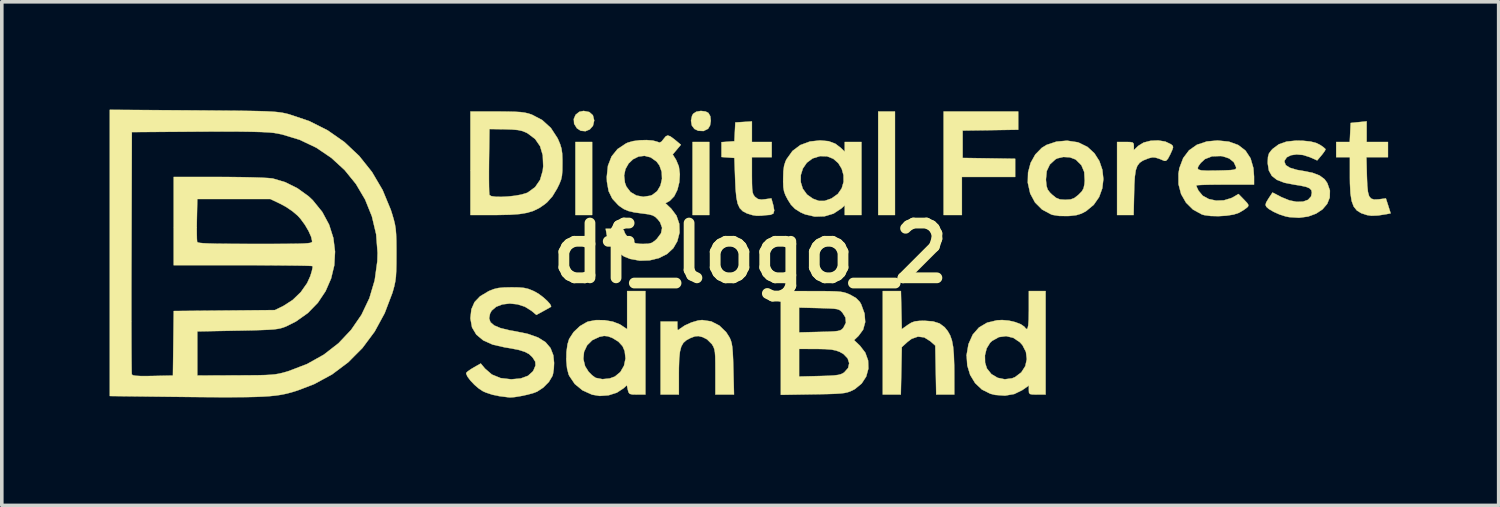
<source format=kicad_pcb>
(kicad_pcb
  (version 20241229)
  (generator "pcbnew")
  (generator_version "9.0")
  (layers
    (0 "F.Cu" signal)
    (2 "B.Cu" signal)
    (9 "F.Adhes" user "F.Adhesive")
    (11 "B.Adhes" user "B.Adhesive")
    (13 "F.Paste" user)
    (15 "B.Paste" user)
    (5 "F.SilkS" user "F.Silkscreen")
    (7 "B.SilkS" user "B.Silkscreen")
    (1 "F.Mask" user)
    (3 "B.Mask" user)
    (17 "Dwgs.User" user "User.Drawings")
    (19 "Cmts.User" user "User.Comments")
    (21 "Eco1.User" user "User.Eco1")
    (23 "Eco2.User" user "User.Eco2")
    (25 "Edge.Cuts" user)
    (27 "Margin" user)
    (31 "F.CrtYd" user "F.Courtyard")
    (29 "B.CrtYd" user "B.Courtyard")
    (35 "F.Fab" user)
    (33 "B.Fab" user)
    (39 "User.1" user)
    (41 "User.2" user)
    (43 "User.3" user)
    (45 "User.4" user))
  (footprint "df_logo_2"
    (layer "F.Cu")
    (at 17.827 3.99)
    (property "Reference" "df_logo_2" (at 0 0 0) (layer "F.SilkS") (effects (font (size 1.524 1.524) (thickness 0.3))))
    (attr through_hole)
    (fp_poly (pts (xy -4.403 -1.058) (xy -4.868 -1.058) (xy -4.868 -3.09) (xy -4.403 -3.09) (xy -4.403 -1.058)) (stroke (width 0.01) (type solid)) (fill yes) (layer "F.SilkS"))
    (fp_poly (pts (xy -1.143 -1.058) (xy -1.609 -1.058) (xy -1.609 -3.09) (xy -1.143 -3.09) (xy -1.143 -1.058)) (stroke (width 0.01) (type solid)) (fill yes) (layer "F.SilkS"))
    (fp_poly (pts (xy 4.022 -1.058) (xy 3.556 -1.058) (xy 3.556 -3.937) (xy 4.022 -3.937) (xy 4.022 -1.058)) (stroke (width 0.01) (type solid)) (fill yes) (layer "F.SilkS"))
    (fp_poly (pts (xy 7.451 -3.431) (xy 6.678 -3.419) (xy 5.905 -3.408) (xy 5.905 -2.646) (xy 7.366 -2.623) (xy 7.366 -2.117) (xy 5.884 -2.117) (xy 5.884 -1.058) (xy 5.376 -1.058) (xy 5.376 -3.937) (xy 7.451 -3.937) (xy 7.451 -3.431)) (stroke (width 0.01) (type solid)) (fill yes) (layer "F.SilkS"))
    (fp_poly (pts (xy -4.482 -3.923) (xy -4.382 -3.834) (xy -4.346 -3.691) (xy -4.346 -3.686) (xy -4.38 -3.541) (xy -4.468 -3.44) (xy -4.588 -3.39) (xy -4.719 -3.402) (xy -4.826 -3.471) (xy -4.904 -3.597) (xy -4.913 -3.73) (xy -4.862 -3.848) (xy -4.759 -3.93) (xy -4.64 -3.954) (xy -4.482 -3.923)) (stroke (width 0.01) (type solid)) (fill yes) (layer "F.SilkS"))
    (fp_poly (pts (xy -1.247 -3.938) (xy -1.168 -3.898) (xy -1.116 -3.807) (xy -1.101 -3.678) (xy -1.123 -3.548) (xy -1.178 -3.457) (xy -1.304 -3.395) (xy -1.451 -3.402) (xy -1.557 -3.453) (xy -1.629 -3.549) (xy -1.652 -3.683) (xy -1.623 -3.82) (xy -1.592 -3.874) (xy -1.505 -3.932) (xy -1.377 -3.954) (xy -1.247 -3.938)) (stroke (width 0.01) (type solid)) (fill yes) (layer "F.SilkS"))
    (fp_poly (pts (xy 4.2 1.588) (xy 4.212 2.118) (xy 4.376 2.001) (xy 4.478 1.937) (xy 4.577 1.901) (xy 4.704 1.887) (xy 4.842 1.884) (xy 5.082 1.902) (xy 5.263 1.959) (xy 5.404 2.064) (xy 5.492 2.174) (xy 5.558 2.291) (xy 5.607 2.431) (xy 5.64 2.607) (xy 5.66 2.834) (xy 5.67 3.124) (xy 5.672 3.313) (xy 5.673 3.937) (xy 5.17 3.937) (xy 5.157 3.256) (xy 5.144 2.575) (xy 5.005 2.452) (xy 4.836 2.346) (xy 4.661 2.325) (xy 4.484 2.387) (xy 4.37 2.473) (xy 4.212 2.618) (xy 4.199 3.277) (xy 4.185 3.937) (xy 3.683 3.937) (xy 3.683 1.058) (xy 4.188 1.058) (xy 4.2 1.588)) (stroke (width 0.01) (type solid)) (fill yes) (layer "F.SilkS"))
    (fp_poly (pts (xy 17.145 -3.09) (xy 17.738 -3.09) (xy 17.738 -2.667) (xy 17.138 -2.667) (xy 17.152 -2.134) (xy 17.162 -1.88) (xy 17.181 -1.7) (xy 17.214 -1.582) (xy 17.269 -1.516) (xy 17.35 -1.489) (xy 17.465 -1.493) (xy 17.508 -1.498) (xy 17.68 -1.52) (xy 17.747 -1.313) (xy 17.813 -1.105) (xy 17.701 -1.083) (xy 17.461 -1.045) (xy 17.278 -1.038) (xy 17.157 -1.056) (xy 16.995 -1.109) (xy 16.873 -1.184) (xy 16.785 -1.294) (xy 16.728 -1.448) (xy 16.695 -1.658) (xy 16.681 -1.936) (xy 16.679 -2.091) (xy 16.679 -2.667) (xy 16.298 -2.667) (xy 16.298 -3.09) (xy 16.675 -3.09) (xy 16.688 -3.355) (xy 16.701 -3.619) (xy 17.145 -3.664) (xy 17.145 -3.09)) (stroke (width 0.01) (type solid)) (fill yes) (layer "F.SilkS"))
    (fp_poly (pts (xy 11.544 -3.101) (xy 11.702 -3.026) (xy 11.747 -2.987) (xy 11.76 -2.945) (xy 11.739 -2.874) (xy 11.684 -2.752) (xy 11.684 -2.751) (xy 11.616 -2.623) (xy 11.562 -2.566) (xy 11.517 -2.565) (xy 11.364 -2.627) (xy 11.261 -2.658) (xy 11.181 -2.662) (xy 11.095 -2.641) (xy 11.042 -2.623) (xy 10.919 -2.572) (xy 10.828 -2.51) (xy 10.764 -2.424) (xy 10.721 -2.302) (xy 10.696 -2.129) (xy 10.681 -1.893) (xy 10.676 -1.69) (xy 10.662 -1.058) (xy 10.202 -1.058) (xy 10.202 -3.09) (xy 10.435 -3.09) (xy 10.568 -3.088) (xy 10.638 -3.074) (xy 10.664 -3.037) (xy 10.668 -2.977) (xy 10.668 -2.863) (xy 10.793 -2.983) (xy 10.94 -3.073) (xy 11.134 -3.123) (xy 11.345 -3.133) (xy 11.544 -3.101)) (stroke (width 0.01) (type solid)) (fill yes) (layer "F.SilkS"))
    (fp_poly (pts (xy 0.042 -3.09) (xy 0.593 -3.09) (xy 0.593 -2.667) (xy 0.042 -2.667) (xy 0.042 -2.159) (xy 0.044 -1.941) (xy 0.049 -1.79) (xy 0.061 -1.691) (xy 0.083 -1.625) (xy 0.116 -1.578) (xy 0.132 -1.561) (xy 0.209 -1.504) (xy 0.304 -1.487) (xy 0.402 -1.496) (xy 0.583 -1.521) (xy 0.637 -1.328) (xy 0.663 -1.184) (xy 0.639 -1.099) (xy 0.559 -1.063) (xy 0.503 -1.059) (xy 0.41 -1.052) (xy 0.312 -1.04) (xy 0.177 -1.037) (xy 0.064 -1.054) (xy -0.094 -1.102) (xy -0.211 -1.163) (xy -0.296 -1.249) (xy -0.354 -1.373) (xy -0.39 -1.548) (xy -0.412 -1.785) (xy -0.423 -2.03) (xy -0.445 -2.646) (xy -0.624 -2.659) (xy -0.804 -2.672) (xy -0.804 -3.085) (xy -0.624 -3.098) (xy -0.445 -3.111) (xy -0.432 -3.372) (xy -0.419 -3.633) (xy 0.042 -3.662) (xy 0.042 -3.09)) (stroke (width 0.01) (type solid)) (fill yes) (layer "F.SilkS"))
    (fp_poly (pts (xy -1.089 1.902) (xy -0.863 2.018) (xy -0.674 2.202) (xy -0.58 2.349) (xy -0.547 2.423) (xy -0.522 2.507) (xy -0.504 2.615) (xy -0.491 2.763) (xy -0.481 2.966) (xy -0.474 3.228) (xy -0.456 3.937) (xy -0.974 3.937) (xy -0.974 3.308) (xy -0.975 3.062) (xy -0.978 2.884) (xy -0.987 2.76) (xy -1.004 2.672) (xy -1.029 2.606) (xy -1.065 2.544) (xy -1.07 2.536) (xy -1.207 2.4) (xy -1.328 2.339) (xy -1.444 2.31) (xy -1.541 2.317) (xy -1.665 2.363) (xy -1.669 2.365) (xy -1.781 2.425) (xy -1.865 2.499) (xy -1.923 2.601) (xy -1.96 2.743) (xy -1.981 2.938) (xy -1.989 3.199) (xy -1.99 3.34) (xy -1.99 3.937) (xy -2.498 3.937) (xy -2.498 1.905) (xy -2.032 1.905) (xy -2.032 2.039) (xy -2.028 2.127) (xy -2.006 2.143) (xy -1.957 2.104) (xy -1.82 2.012) (xy -1.639 1.931) (xy -1.455 1.877) (xy -1.343 1.864) (xy -1.089 1.902)) (stroke (width 0.01) (type solid)) (fill yes) (layer "F.SilkS"))
    (fp_poly (pts (xy 2.175 -3.112) (xy 2.361 -3.043) (xy 2.508 -2.932) (xy 2.625 -2.82) (xy 2.625 -3.09) (xy 3.09 -3.09) (xy 3.09 -1.058) (xy 2.625 -1.058) (xy 2.625 -1.327) (xy 2.529 -1.24) (xy 2.314 -1.098) (xy 2.062 -1.022) (xy 1.792 -1.014) (xy 1.523 -1.076) (xy 1.396 -1.132) (xy 1.242 -1.229) (xy 1.129 -1.345) (xy 1.042 -1.482) (xy 0.976 -1.607) (xy 0.937 -1.714) (xy 0.917 -1.833) (xy 0.912 -1.977) (xy 1.4 -1.977) (xy 1.457 -1.791) (xy 1.574 -1.629) (xy 1.737 -1.513) (xy 1.905 -1.451) (xy 2.064 -1.451) (xy 2.244 -1.514) (xy 2.263 -1.523) (xy 2.433 -1.644) (xy 2.541 -1.801) (xy 2.593 -1.98) (xy 2.591 -2.166) (xy 2.541 -2.345) (xy 2.445 -2.502) (xy 2.308 -2.622) (xy 2.134 -2.691) (xy 1.94 -2.697) (xy 1.731 -2.633) (xy 1.57 -2.513) (xy 1.46 -2.353) (xy 1.402 -2.169) (xy 1.4 -1.977) (xy 0.912 -1.977) (xy 0.912 -1.994) (xy 0.912 -2.074) (xy 0.918 -2.279) (xy 0.938 -2.428) (xy 0.976 -2.548) (xy 1.006 -2.61) (xy 1.171 -2.84) (xy 1.39 -3.005) (xy 1.657 -3.103) (xy 1.939 -3.133) (xy 2.175 -3.112)) (stroke (width 0.01) (type solid)) (fill yes) (layer "F.SilkS"))
    (fp_poly (pts (xy -2.921 3.937) (xy -3.15 3.937) (xy -3.283 3.934) (xy -3.355 3.918) (xy -3.39 3.875) (xy -3.409 3.807) (xy -3.437 3.676) (xy -3.529 3.762) (xy -3.715 3.884) (xy -3.945 3.957) (xy -4.192 3.975) (xy -4.403 3.94) (xy -4.67 3.82) (xy -4.886 3.643) (xy -5.038 3.418) (xy -5.057 3.377) (xy -5.101 3.206) (xy -5.121 2.987) (xy -5.12 2.946) (xy -4.648 2.946) (xy -4.599 3.147) (xy -4.5 3.305) (xy -4.406 3.399) (xy -4.316 3.465) (xy -4.3 3.473) (xy -4.117 3.509) (xy -3.915 3.489) (xy -3.77 3.436) (xy -3.617 3.309) (xy -3.516 3.134) (xy -3.474 2.934) (xy -3.497 2.729) (xy -3.557 2.59) (xy -3.672 2.465) (xy -3.832 2.366) (xy -3.964 2.316) (xy -4.07 2.305) (xy -4.196 2.33) (xy -4.198 2.33) (xy -4.398 2.423) (xy -4.543 2.567) (xy -4.628 2.747) (xy -4.648 2.946) (xy -5.12 2.946) (xy -5.117 2.754) (xy -5.088 2.54) (xy -5.043 2.391) (xy -4.919 2.2) (xy -4.743 2.033) (xy -4.545 1.918) (xy -4.508 1.905) (xy -4.298 1.866) (xy -4.061 1.868) (xy -3.829 1.908) (xy -3.637 1.982) (xy -3.604 2.002) (xy -3.429 2.118) (xy -3.429 1.058) (xy -2.921 1.058) (xy -2.921 3.937)) (stroke (width 0.01) (type solid)) (fill yes) (layer "F.SilkS"))
    (fp_poly (pts (xy 8.213 3.937) (xy 7.98 3.937) (xy 7.847 3.935) (xy 7.777 3.921) (xy 7.751 3.884) (xy 7.747 3.812) (xy 7.747 3.685) (xy 7.563 3.814) (xy 7.342 3.922) (xy 7.083 3.967) (xy 6.809 3.947) (xy 6.676 3.914) (xy 6.441 3.797) (xy 6.252 3.618) (xy 6.114 3.39) (xy 6.034 3.127) (xy 6.016 2.846) (xy 6.525 2.846) (xy 6.529 3.049) (xy 6.58 3.212) (xy 6.705 3.368) (xy 6.878 3.471) (xy 7.077 3.512) (xy 7.279 3.486) (xy 7.364 3.451) (xy 7.538 3.319) (xy 7.648 3.146) (xy 7.691 2.951) (xy 7.666 2.75) (xy 7.569 2.561) (xy 7.499 2.483) (xy 7.316 2.359) (xy 7.114 2.311) (xy 6.912 2.339) (xy 6.726 2.443) (xy 6.669 2.496) (xy 6.573 2.651) (xy 6.525 2.846) (xy 6.016 2.846) (xy 6.015 2.84) (xy 6.066 2.543) (xy 6.07 2.529) (xy 6.187 2.268) (xy 6.36 2.071) (xy 6.586 1.937) (xy 6.862 1.871) (xy 7.006 1.864) (xy 7.189 1.88) (xy 7.369 1.922) (xy 7.523 1.981) (xy 7.623 2.05) (xy 7.638 2.07) (xy 7.68 2.116) (xy 7.711 2.098) (xy 7.731 2.01) (xy 7.743 1.848) (xy 7.747 1.606) (xy 7.747 1.587) (xy 7.747 1.058) (xy 8.213 1.058) (xy 8.213 3.937)) (stroke (width 0.01) (type solid)) (fill yes) (layer "F.SilkS"))
    (fp_poly (pts (xy 9.098 -3.083) (xy 9.137 -3.071) (xy 9.38 -2.951) (xy 9.571 -2.775) (xy 9.709 -2.559) (xy 9.792 -2.315) (xy 9.82 -2.058) (xy 9.79 -1.801) (xy 9.702 -1.558) (xy 9.552 -1.342) (xy 9.343 -1.169) (xy 9.208 -1.097) (xy 9.072 -1.055) (xy 8.899 -1.034) (xy 8.837 -1.03) (xy 8.596 -1.032) (xy 8.407 -1.062) (xy 8.371 -1.074) (xy 8.115 -1.211) (xy 7.919 -1.407) (xy 7.785 -1.657) (xy 7.718 -1.956) (xy 7.72 -2.048) (xy 8.222 -2.048) (xy 8.224 -2.015) (xy 8.239 -1.866) (xy 8.271 -1.766) (xy 8.335 -1.682) (xy 8.395 -1.624) (xy 8.507 -1.534) (xy 8.612 -1.492) (xy 8.753 -1.482) (xy 8.763 -1.482) (xy 8.908 -1.491) (xy 9.013 -1.531) (xy 9.124 -1.617) (xy 9.131 -1.624) (xy 9.221 -1.715) (xy 9.27 -1.801) (xy 9.294 -1.917) (xy 9.302 -2.015) (xy 9.288 -2.255) (xy 9.209 -2.444) (xy 9.062 -2.591) (xy 9.039 -2.607) (xy 8.886 -2.664) (xy 8.705 -2.673) (xy 8.538 -2.634) (xy 8.487 -2.607) (xy 8.331 -2.464) (xy 8.244 -2.28) (xy 8.222 -2.048) (xy 7.72 -2.048) (xy 7.725 -2.24) (xy 7.796 -2.507) (xy 7.926 -2.741) (xy 8.105 -2.925) (xy 8.239 -3.008) (xy 8.516 -3.1) (xy 8.812 -3.126) (xy 9.098 -3.083)) (stroke (width 0.01) (type solid)) (fill yes) (layer "F.SilkS"))
    (fp_poly (pts (xy -6.77 -3.936) (xy -6.559 -3.931) (xy -6.401 -3.922) (xy -6.279 -3.906) (xy -6.178 -3.883) (xy -6.081 -3.851) (xy -6.081 -3.851) (xy -5.791 -3.699) (xy -5.551 -3.48) (xy -5.37 -3.203) (xy -5.352 -3.167) (xy -5.293 -3.028) (xy -5.256 -2.906) (xy -5.237 -2.773) (xy -5.23 -2.599) (xy -5.23 -2.492) (xy -5.232 -2.295) (xy -5.243 -2.154) (xy -5.268 -2.04) (xy -5.314 -1.924) (xy -5.377 -1.795) (xy -5.509 -1.576) (xy -5.657 -1.411) (xy -5.732 -1.35) (xy -5.881 -1.249) (xy -6.036 -1.174) (xy -6.212 -1.12) (xy -6.425 -1.085) (xy -6.688 -1.066) (xy -7.017 -1.059) (xy -7.104 -1.058) (xy -7.789 -1.058) (xy -7.789 -2.052) (xy -7.274 -2.052) (xy -7.272 -1.851) (xy -7.268 -1.704) (xy -7.262 -1.624) (xy -7.261 -1.616) (xy -7.207 -1.583) (xy -7.089 -1.566) (xy -6.928 -1.563) (xy -6.743 -1.573) (xy -6.553 -1.594) (xy -6.378 -1.625) (xy -6.237 -1.666) (xy -6.191 -1.686) (xy -5.989 -1.834) (xy -5.852 -2.034) (xy -5.777 -2.29) (xy -5.764 -2.415) (xy -5.776 -2.721) (xy -5.851 -2.973) (xy -5.99 -3.174) (xy -6.197 -3.33) (xy -6.234 -3.35) (xy -6.34 -3.394) (xy -6.464 -3.422) (xy -6.63 -3.437) (xy -6.832 -3.444) (xy -7.26 -3.45) (xy -7.272 -2.562) (xy -7.274 -2.294) (xy -7.274 -2.052) (xy -7.789 -2.052) (xy -7.789 -3.937) (xy -7.05 -3.937) (xy -6.77 -3.936)) (stroke (width 0.01) (type solid)) (fill yes) (layer "F.SilkS"))
    (fp_poly (pts (xy 15.371 -3.124) (xy 15.586 -3.102) (xy 15.743 -3.061) (xy 15.847 -3.01) (xy 15.942 -2.945) (xy 15.997 -2.895) (xy 16.002 -2.884) (xy 15.977 -2.836) (xy 15.915 -2.751) (xy 15.886 -2.716) (xy 15.769 -2.577) (xy 15.562 -2.669) (xy 15.377 -2.728) (xy 15.198 -2.744) (xy 15.041 -2.722) (xy 14.924 -2.664) (xy 14.863 -2.573) (xy 14.859 -2.536) (xy 14.896 -2.445) (xy 15.011 -2.372) (xy 15.204 -2.314) (xy 15.368 -2.286) (xy 15.638 -2.233) (xy 15.836 -2.157) (xy 15.976 -2.052) (xy 16.051 -1.946) (xy 16.123 -1.74) (xy 16.118 -1.545) (xy 16.047 -1.368) (xy 15.917 -1.216) (xy 15.738 -1.097) (xy 15.517 -1.016) (xy 15.265 -0.982) (xy 14.988 -1) (xy 14.89 -1.02) (xy 14.726 -1.072) (xy 14.56 -1.146) (xy 14.424 -1.226) (xy 14.356 -1.285) (xy 14.332 -1.338) (xy 14.35 -1.408) (xy 14.415 -1.516) (xy 14.526 -1.684) (xy 14.778 -1.554) (xy 14.996 -1.465) (xy 15.2 -1.425) (xy 15.377 -1.431) (xy 15.514 -1.481) (xy 15.599 -1.575) (xy 15.621 -1.677) (xy 15.607 -1.749) (xy 15.557 -1.802) (xy 15.456 -1.843) (xy 15.293 -1.878) (xy 15.142 -1.901) (xy 14.858 -1.956) (xy 14.649 -2.036) (xy 14.508 -2.146) (xy 14.425 -2.295) (xy 14.394 -2.487) (xy 14.393 -2.529) (xy 14.4 -2.673) (xy 14.428 -2.771) (xy 14.493 -2.858) (xy 14.533 -2.9) (xy 14.702 -3.025) (xy 14.915 -3.1) (xy 15.183 -3.128) (xy 15.371 -3.124)) (stroke (width 0.01) (type solid)) (fill yes) (layer "F.SilkS"))
    (fp_poly (pts (xy 13.313 -3.099) (xy 13.573 -3.005) (xy 13.774 -2.85) (xy 13.915 -2.636) (xy 13.994 -2.364) (xy 14.012 -2.127) (xy 14.012 -1.905) (xy 13.208 -1.905) (xy 12.958 -1.904) (xy 12.739 -1.901) (xy 12.565 -1.896) (xy 12.449 -1.889) (xy 12.404 -1.882) (xy 12.404 -1.882) (xy 12.421 -1.832) (xy 12.464 -1.741) (xy 12.47 -1.73) (xy 12.585 -1.594) (xy 12.754 -1.502) (xy 12.956 -1.459) (xy 13.171 -1.466) (xy 13.38 -1.529) (xy 13.444 -1.562) (xy 13.58 -1.643) (xy 13.734 -1.485) (xy 13.822 -1.391) (xy 13.856 -1.335) (xy 13.845 -1.294) (xy 13.812 -1.262) (xy 13.724 -1.198) (xy 13.606 -1.128) (xy 13.589 -1.119) (xy 13.444 -1.071) (xy 13.246 -1.04) (xy 13.024 -1.026) (xy 12.807 -1.031) (xy 12.625 -1.056) (xy 12.562 -1.074) (xy 12.315 -1.209) (xy 12.12 -1.402) (xy 11.983 -1.641) (xy 11.911 -1.915) (xy 11.91 -2.213) (xy 11.936 -2.361) (xy 12.443 -2.361) (xy 12.467 -2.322) (xy 12.547 -2.3) (xy 12.692 -2.292) (xy 12.91 -2.294) (xy 12.986 -2.295) (xy 13.208 -2.301) (xy 13.358 -2.308) (xy 13.45 -2.318) (xy 13.498 -2.335) (xy 13.514 -2.361) (xy 13.512 -2.392) (xy 13.449 -2.528) (xy 13.32 -2.632) (xy 13.139 -2.692) (xy 13.085 -2.699) (xy 12.841 -2.691) (xy 12.647 -2.615) (xy 12.529 -2.507) (xy 12.467 -2.421) (xy 12.443 -2.361) (xy 11.936 -2.361) (xy 11.937 -2.367) (xy 12.041 -2.642) (xy 12.204 -2.858) (xy 12.424 -3.013) (xy 12.699 -3.104) (xy 12.996 -3.131) (xy 13.313 -3.099)) (stroke (width 0.01) (type solid)) (fill yes) (layer "F.SilkS"))
    (fp_poly (pts (xy 1.704 1.059) (xy 1.996 1.059) (xy 2.218 1.062) (xy 2.383 1.067) (xy 2.505 1.077) (xy 2.597 1.093) (xy 2.674 1.116) (xy 2.75 1.147) (xy 2.781 1.162) (xy 2.939 1.252) (xy 3.042 1.357) (xy 3.082 1.426) (xy 3.176 1.684) (xy 3.194 1.921) (xy 3.136 2.132) (xy 3.01 2.303) (xy 2.885 2.423) (xy 3.047 2.577) (xy 3.197 2.772) (xy 3.275 2.99) (xy 3.282 3.217) (xy 3.222 3.435) (xy 3.096 3.629) (xy 2.908 3.784) (xy 2.85 3.815) (xy 2.777 3.849) (xy 2.704 3.874) (xy 2.619 3.893) (xy 2.507 3.906) (xy 2.356 3.916) (xy 2.152 3.923) (xy 1.882 3.928) (xy 1.746 3.93) (xy 0.847 3.945) (xy 0.847 3.436) (xy 1.355 3.436) (xy 1.923 3.422) (xy 2.16 3.415) (xy 2.328 3.405) (xy 2.445 3.39) (xy 2.525 3.368) (xy 2.587 3.336) (xy 2.611 3.319) (xy 2.719 3.198) (xy 2.749 3.064) (xy 2.706 2.93) (xy 2.592 2.811) (xy 2.484 2.749) (xy 2.379 2.711) (xy 2.253 2.686) (xy 2.087 2.673) (xy 1.859 2.668) (xy 1.831 2.668) (xy 1.355 2.667) (xy 1.355 3.436) (xy 0.847 3.436) (xy 0.847 2.208) (xy 1.355 2.208) (xy 1.93 2.194) (xy 2.162 2.188) (xy 2.325 2.18) (xy 2.433 2.168) (xy 2.502 2.149) (xy 2.548 2.121) (xy 2.585 2.081) (xy 2.586 2.08) (xy 2.658 1.938) (xy 2.645 1.793) (xy 2.565 1.664) (xy 2.521 1.616) (xy 2.475 1.582) (xy 2.411 1.56) (xy 2.314 1.547) (xy 2.168 1.539) (xy 1.956 1.532) (xy 1.909 1.531) (xy 1.355 1.517) (xy 1.355 2.208) (xy 0.847 2.208) (xy 0.847 1.058) (xy 1.704 1.059)) (stroke (width 0.01) (type solid)) (fill yes) (layer "F.SilkS"))
    (fp_poly (pts (xy -6.443 0.957) (xy -6.298 0.97) (xy -6.18 0.997) (xy -6.061 1.044) (xy -5.999 1.073) (xy -5.881 1.143) (xy -5.76 1.234) (xy -5.653 1.331) (xy -5.575 1.418) (xy -5.544 1.48) (xy -5.55 1.497) (xy -5.594 1.523) (xy -5.687 1.575) (xy -5.76 1.615) (xy -5.954 1.721) (xy -6.092 1.606) (xy -6.275 1.492) (xy -6.482 1.426) (xy -6.695 1.404) (xy -6.898 1.428) (xy -7.072 1.494) (xy -7.199 1.603) (xy -7.243 1.684) (xy -7.269 1.815) (xy -7.232 1.924) (xy -7.128 2.014) (xy -6.952 2.088) (xy -6.7 2.15) (xy -6.536 2.178) (xy -6.182 2.252) (xy -5.905 2.351) (xy -5.7 2.48) (xy -5.561 2.643) (xy -5.483 2.844) (xy -5.462 3.056) (xy -5.469 3.214) (xy -5.49 3.355) (xy -5.506 3.416) (xy -5.606 3.584) (xy -5.763 3.743) (xy -5.935 3.856) (xy -6.046 3.898) (xy -6.207 3.941) (xy -6.387 3.979) (xy -6.556 4.007) (xy -6.684 4.017) (xy -6.71 4.015) (xy -6.772 4.008) (xy -6.89 3.993) (xy -6.996 3.979) (xy -7.177 3.941) (xy -7.361 3.88) (xy -7.44 3.845) (xy -7.556 3.769) (xy -7.678 3.664) (xy -7.788 3.548) (xy -7.87 3.439) (xy -7.907 3.357) (xy -7.906 3.335) (xy -7.864 3.293) (xy -7.772 3.229) (xy -7.697 3.184) (xy -7.502 3.073) (xy -7.383 3.215) (xy -7.192 3.38) (xy -6.95 3.479) (xy -6.656 3.513) (xy -6.653 3.513) (xy -6.39 3.489) (xy -6.189 3.416) (xy -6.055 3.296) (xy -6.031 3.256) (xy -5.978 3.126) (xy -5.985 3.022) (xy -6.056 2.91) (xy -6.074 2.888) (xy -6.157 2.811) (xy -6.27 2.75) (xy -6.429 2.699) (xy -6.647 2.654) (xy -6.837 2.623) (xy -7.17 2.547) (xy -7.433 2.429) (xy -7.625 2.269) (xy -7.744 2.069) (xy -7.788 1.829) (xy -7.789 1.808) (xy -7.762 1.564) (xy -7.675 1.365) (xy -7.52 1.203) (xy -7.289 1.065) (xy -7.26 1.051) (xy -7.135 1.002) (xy -7.007 0.972) (xy -6.847 0.958) (xy -6.645 0.954) (xy -6.443 0.957)) (stroke (width 0.01) (type solid)) (fill yes) (layer "F.SilkS"))
    (fp_poly (pts (xy -2.229 -3.247) (xy -2.123 -3.17) (xy -2.057 -3.116) (xy -1.934 -3.013) (xy -2.047 -2.878) (xy -2.161 -2.743) (xy -2.065 -2.589) (xy -1.99 -2.407) (xy -1.963 -2.194) (xy -1.978 -1.97) (xy -2.031 -1.758) (xy -2.12 -1.579) (xy -2.24 -1.455) (xy -2.267 -1.438) (xy -2.363 -1.387) (xy -2.202 -1.233) (xy -2.057 -1.04) (xy -1.979 -0.813) (xy -1.971 -0.57) (xy -2.033 -0.329) (xy -2.145 -0.135) (xy -2.318 0.026) (xy -2.544 0.14) (xy -2.803 0.203) (xy -3.077 0.212) (xy -3.345 0.163) (xy -3.516 0.095) (xy -3.737 -0.057) (xy -3.9 -0.255) (xy -3.992 -0.483) (xy -3.999 -0.519) (xy -4.026 -0.677) (xy -3.77 -0.677) (xy -3.623 -0.673) (xy -3.545 -0.657) (xy -3.515 -0.625) (xy -3.514 -0.61) (xy -3.485 -0.541) (xy -3.414 -0.445) (xy -3.37 -0.398) (xy -3.277 -0.314) (xy -3.191 -0.271) (xy -3.078 -0.256) (xy -2.985 -0.254) (xy -2.838 -0.259) (xy -2.741 -0.285) (xy -2.657 -0.343) (xy -2.599 -0.398) (xy -2.486 -0.551) (xy -2.456 -0.701) (xy -2.511 -0.853) (xy -2.573 -0.934) (xy -2.645 -1.005) (xy -2.723 -1.049) (xy -2.835 -1.078) (xy -3.005 -1.101) (xy -3.007 -1.101) (xy -3.229 -1.131) (xy -3.391 -1.169) (xy -3.518 -1.222) (xy -3.634 -1.3) (xy -3.677 -1.335) (xy -3.842 -1.513) (xy -3.945 -1.724) (xy -3.991 -1.984) (xy -3.996 -2.117) (xy -3.992 -2.155) (xy -3.514 -2.155) (xy -3.491 -1.957) (xy -3.45 -1.847) (xy -3.335 -1.697) (xy -3.172 -1.601) (xy -2.98 -1.565) (xy -2.781 -1.596) (xy -2.731 -1.616) (xy -2.594 -1.721) (xy -2.502 -1.878) (xy -2.459 -2.064) (xy -2.467 -2.258) (xy -2.53 -2.437) (xy -2.611 -2.546) (xy -2.775 -2.662) (xy -2.945 -2.705) (xy -3.112 -2.685) (xy -3.264 -2.61) (xy -3.389 -2.491) (xy -3.476 -2.336) (xy -3.514 -2.155) (xy -3.992 -2.155) (xy -3.963 -2.428) (xy -3.862 -2.687) (xy -3.695 -2.894) (xy -3.462 -3.048) (xy -3.408 -3.073) (xy -3.262 -3.114) (xy -3.078 -3.138) (xy -2.886 -3.143) (xy -2.715 -3.13) (xy -2.596 -3.098) (xy -2.594 -3.097) (xy -2.527 -3.073) (xy -2.472 -3.101) (xy -2.413 -3.175) (xy -2.355 -3.246) (xy -2.3 -3.271) (xy -2.229 -3.247)) (stroke (width 0.01) (type solid)) (fill yes) (layer "F.SilkS"))
    (fp_poly (pts (xy -15.505 -3.969) (xy -15.001 -3.965) (xy -14.574 -3.961) (xy -14.217 -3.958) (xy -13.921 -3.954) (xy -13.679 -3.949) (xy -13.483 -3.943) (xy -13.326 -3.935) (xy -13.2 -3.926) (xy -13.098 -3.914) (xy -13.01 -3.901) (xy -12.931 -3.884) (xy -12.852 -3.865) (xy -12.832 -3.859) (xy -12.273 -3.671) (xy -11.759 -3.412) (xy -11.294 -3.087) (xy -10.882 -2.699) (xy -10.527 -2.254) (xy -10.233 -1.754) (xy -10.005 -1.204) (xy -9.964 -1.076) (xy -9.921 -0.929) (xy -9.89 -0.801) (xy -9.869 -0.673) (xy -9.857 -0.525) (xy -9.85 -0.339) (xy -9.848 -0.096) (xy -9.848 0.021) (xy -9.849 0.294) (xy -9.854 0.5) (xy -9.863 0.661) (xy -9.881 0.794) (xy -9.907 0.92) (xy -9.945 1.057) (xy -9.962 1.113) (xy -10.175 1.673) (xy -10.453 2.184) (xy -10.793 2.641) (xy -11.19 3.04) (xy -11.641 3.378) (xy -12.142 3.649) (xy -12.601 3.824) (xy -12.722 3.862) (xy -12.838 3.894) (xy -12.953 3.922) (xy -13.076 3.946) (xy -13.211 3.965) (xy -13.367 3.981) (xy -13.548 3.993) (xy -13.762 4.002) (xy -14.014 4.008) (xy -14.312 4.01) (xy -14.661 4.011) (xy -15.068 4.009) (xy -15.539 4.005) (xy -16.08 3.999) (xy -16.699 3.992) (xy -16.838 3.99) (xy -17.822 3.978) (xy -17.822 1.477) (xy -17.222 1.477) (xy -17.222 1.91) (xy -17.221 2.301) (xy -17.22 2.641) (xy -17.218 2.925) (xy -17.216 3.145) (xy -17.214 3.296) (xy -17.211 3.371) (xy -17.21 3.377) (xy -17.179 3.4) (xy -17.101 3.415) (xy -16.964 3.422) (xy -16.759 3.422) (xy -16.627 3.42) (xy -16.066 3.408) (xy -16.054 2.51) (xy -16.043 1.613) (xy -14.636 1.6) (xy -13.229 1.587) (xy -12.988 1.469) (xy -12.734 1.305) (xy -12.508 1.087) (xy -12.331 0.835) (xy -12.243 0.64) (xy -12.202 0.505) (xy -12.18 0.404) (xy -12.182 0.363) (xy -12.228 0.358) (xy -12.35 0.353) (xy -12.54 0.349) (xy -12.788 0.346) (xy -13.087 0.343) (xy -13.428 0.34) (xy -13.803 0.339) (xy -14.125 0.339) (xy -16.044 0.339) (xy -16.044 -0.719) (xy -15.403 -0.719) (xy -15.402 -0.533) (xy -15.399 -0.393) (xy -15.393 -0.316) (xy -15.391 -0.309) (xy -15.369 -0.294) (xy -15.313 -0.282) (xy -15.214 -0.273) (xy -15.067 -0.266) (xy -14.863 -0.26) (xy -14.597 -0.257) (xy -14.261 -0.255) (xy -13.849 -0.254) (xy -13.781 -0.254) (xy -13.372 -0.254) (xy -13.039 -0.255) (xy -12.775 -0.257) (xy -12.573 -0.26) (xy -12.423 -0.265) (xy -12.318 -0.273) (xy -12.251 -0.282) (xy -12.213 -0.295) (xy -12.196 -0.311) (xy -12.192 -0.328) (xy -12.22 -0.451) (xy -12.291 -0.611) (xy -12.393 -0.785) (xy -12.513 -0.949) (xy -12.594 -1.039) (xy -12.739 -1.162) (xy -12.92 -1.285) (xy -13.073 -1.368) (xy -13.356 -1.503) (xy -15.388 -1.503) (xy -15.4 -0.933) (xy -15.403 -0.719) (xy -16.044 -0.719) (xy -16.044 -2.117) (xy -14.78 -2.117) (xy -14.449 -2.115) (xy -14.134 -2.111) (xy -13.849 -2.105) (xy -13.607 -2.097) (xy -13.421 -2.087) (xy -13.303 -2.076) (xy -13.288 -2.074) (xy -12.941 -1.971) (xy -12.6 -1.801) (xy -12.292 -1.579) (xy -12.176 -1.47) (xy -11.911 -1.143) (xy -11.721 -0.79) (xy -11.603 -0.419) (xy -11.556 -0.039) (xy -11.577 0.341) (xy -11.666 0.71) (xy -11.819 1.061) (xy -12.034 1.383) (xy -12.311 1.668) (xy -12.647 1.906) (xy -12.915 2.04) (xy -12.99 2.069) (xy -13.065 2.092) (xy -13.153 2.11) (xy -13.265 2.124) (xy -13.412 2.134) (xy -13.607 2.142) (xy -13.861 2.15) (xy -14.185 2.157) (xy -14.266 2.158) (xy -15.388 2.18) (xy -15.388 3.408) (xy -14.309 3.404) (xy -13.976 3.402) (xy -13.715 3.4) (xy -13.511 3.395) (xy -13.353 3.387) (xy -13.227 3.375) (xy -13.119 3.357) (xy -13.016 3.333) (xy -12.905 3.302) (xy -12.856 3.287) (xy -12.337 3.089) (xy -11.87 2.828) (xy -11.459 2.509) (xy -11.108 2.137) (xy -10.82 1.718) (xy -10.6 1.256) (xy -10.452 0.757) (xy -10.379 0.226) (xy -10.372 -0.004) (xy -10.412 -0.524) (xy -10.53 -1.021) (xy -10.719 -1.489) (xy -10.974 -1.921) (xy -11.289 -2.309) (xy -11.659 -2.648) (xy -12.077 -2.931) (xy -12.539 -3.151) (xy -13.037 -3.302) (xy -13.25 -3.342) (xy -13.39 -3.356) (xy -13.604 -3.367) (xy -13.895 -3.375) (xy -14.263 -3.38) (xy -14.711 -3.381) (xy -15.242 -3.379) (xy -15.388 -3.378) (xy -17.209 -3.365) (xy -17.219 -0.021) (xy -17.221 0.504) (xy -17.222 1.006) (xy -17.222 1.477) (xy -17.822 1.477) (xy -17.822 -3.985) (xy -15.505 -3.969)) (stroke (width 0.01) (type solid)) (fill yes) (layer "F.SilkS")))
  (gr_rect
    (start -3 -3)
    (end 38.645 11.011)
    (stroke (width 0.1) (type default))
    (fill no)
    (layer "Edge.Cuts")))
</source>
